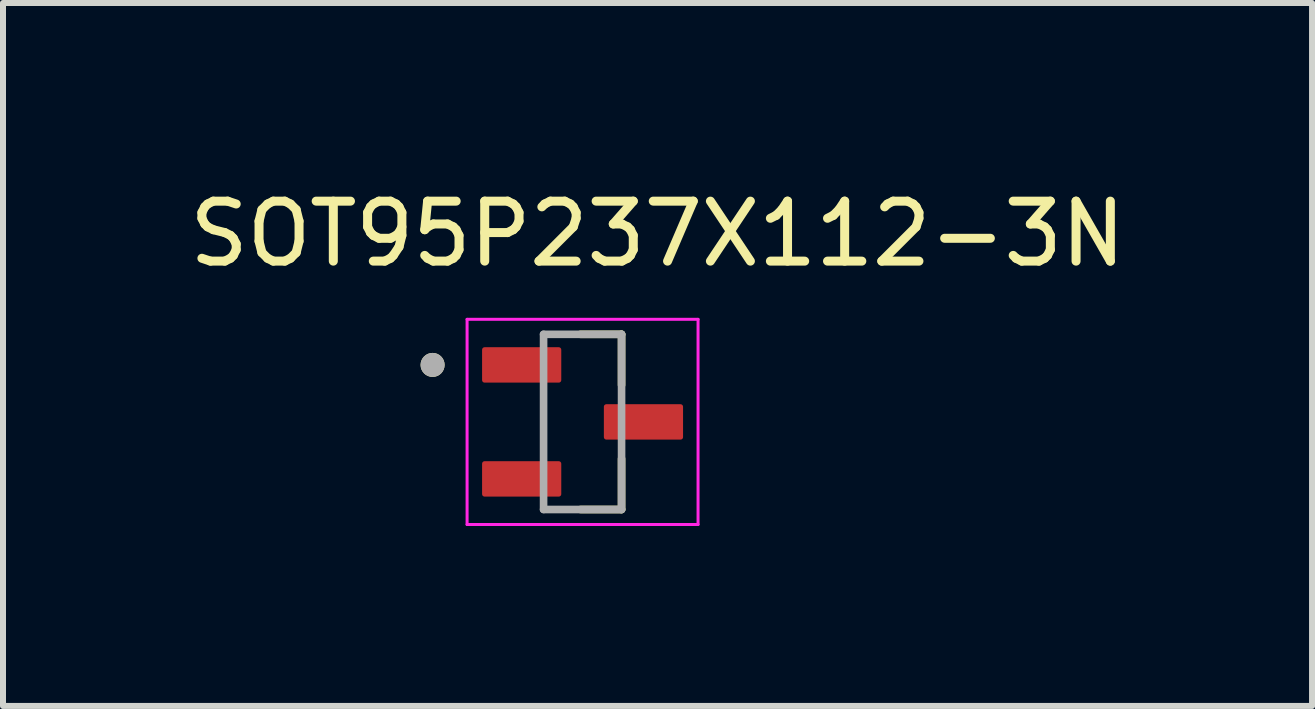
<source format=kicad_pcb>
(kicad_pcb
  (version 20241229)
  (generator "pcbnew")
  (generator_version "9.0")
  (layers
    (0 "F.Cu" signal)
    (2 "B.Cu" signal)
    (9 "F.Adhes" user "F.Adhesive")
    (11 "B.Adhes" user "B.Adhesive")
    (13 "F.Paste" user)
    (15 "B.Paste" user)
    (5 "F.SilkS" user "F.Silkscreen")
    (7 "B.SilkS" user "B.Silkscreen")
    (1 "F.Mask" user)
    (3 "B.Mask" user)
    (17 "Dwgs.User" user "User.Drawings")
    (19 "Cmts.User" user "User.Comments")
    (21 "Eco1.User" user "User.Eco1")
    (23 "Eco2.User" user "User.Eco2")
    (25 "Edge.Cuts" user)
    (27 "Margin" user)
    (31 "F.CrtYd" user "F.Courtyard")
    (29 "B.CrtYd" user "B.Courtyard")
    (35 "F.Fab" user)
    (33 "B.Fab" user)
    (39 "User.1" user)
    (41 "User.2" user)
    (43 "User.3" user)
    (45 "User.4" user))
  (footprint "SOT95P237X112-3N"
    (layer "F.Cu")
    (at 6.661 3.983)
    (property "Reference" "SOT95P237X112-3N" (at 1.25 -3.135 0) (layer "F.SilkS") (effects (font (size 1 1) (thickness 0.15))))
    (attr smd)
    (fp_line (start -0.035 1.46) (end 0.65 1.46) (stroke (width 0.127) (type solid)) (layer "F.SilkS"))
    (fp_line (start 0.65 -1.46) (end -0.035 -1.46) (stroke (width 0.127) (type solid)) (layer "F.SilkS"))
    (fp_line (start 0.65 -0.615) (end 0.65 -1.46) (stroke (width 0.127) (type solid)) (layer "F.SilkS"))
    (fp_line (start 0.65 1.46) (end 0.65 0.615) (stroke (width 0.127) (type solid)) (layer "F.SilkS"))
    (fp_circle (center -2.5 -0.95) (end -2.4 -0.95) (stroke (width 0.2) (type solid)) (fill no) (layer "F.SilkS"))
    (fp_line (start -1.925 -1.71) (end -1.925 1.71) (stroke (width 0.05) (type solid)) (layer "F.CrtYd"))
    (fp_line (start -1.925 1.71) (end 1.925 1.71) (stroke (width 0.05) (type solid)) (layer "F.CrtYd"))
    (fp_line (start 1.925 -1.71) (end -1.925 -1.71) (stroke (width 0.05) (type solid)) (layer "F.CrtYd"))
    (fp_line (start 1.925 1.71) (end 1.925 -1.71) (stroke (width 0.05) (type solid)) (layer "F.CrtYd"))
    (fp_line (start -0.65 -1.46) (end -0.65 1.46) (stroke (width 0.127) (type solid)) (layer "F.Fab"))
    (fp_line (start -0.65 1.46) (end 0.65 1.46) (stroke (width 0.127) (type solid)) (layer "F.Fab"))
    (fp_line (start 0.65 -1.46) (end -0.65 -1.46) (stroke (width 0.127) (type solid)) (layer "F.Fab"))
    (fp_line (start 0.65 1.46) (end 0.65 -1.46) (stroke (width 0.127) (type solid)) (layer "F.Fab"))
    (fp_circle (center -2.5 -0.95) (end -2.4 -0.95) (stroke (width 0.2) (type solid)) (fill no) (layer "F.Fab"))
    (pad "1" smd roundrect (at -1.015 -0.95) (size 1.32 0.59) (layers "F.Cu" "F.Mask" "F.Paste") (roundrect_rratio 0.07))
    (pad "2" smd roundrect (at -1.015 0.95) (size 1.32 0.59) (layers "F.Cu" "F.Mask" "F.Paste") (roundrect_rratio 0.07))
    (pad "3" smd roundrect (at 1.015 0) (size 1.32 0.59) (layers "F.Cu" "F.Mask" "F.Paste") (roundrect_rratio 0.07)))
  (gr_rect
    (start -3 -3)
    (end 18.821 8.718)
    (stroke (width 0.1) (type default))
    (fill no)
    (layer "Edge.Cuts")))
</source>
